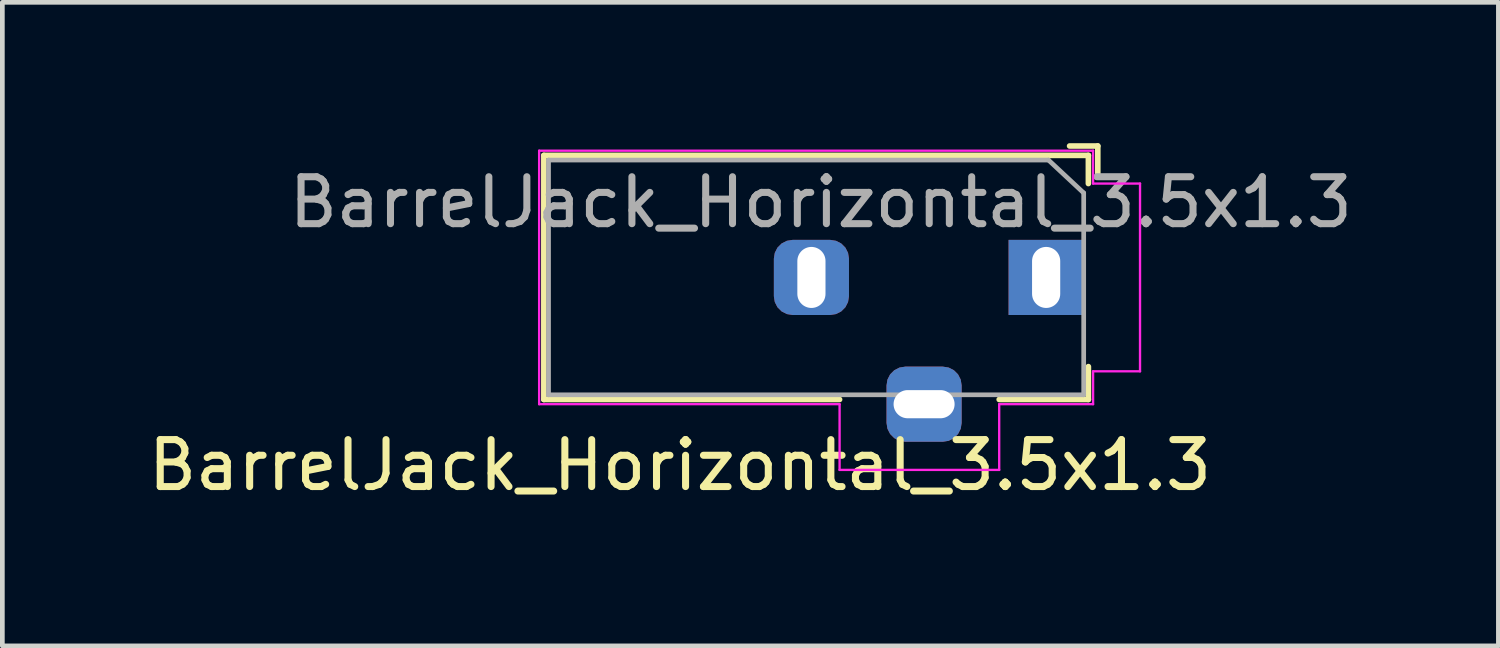
<source format=kicad_pcb>
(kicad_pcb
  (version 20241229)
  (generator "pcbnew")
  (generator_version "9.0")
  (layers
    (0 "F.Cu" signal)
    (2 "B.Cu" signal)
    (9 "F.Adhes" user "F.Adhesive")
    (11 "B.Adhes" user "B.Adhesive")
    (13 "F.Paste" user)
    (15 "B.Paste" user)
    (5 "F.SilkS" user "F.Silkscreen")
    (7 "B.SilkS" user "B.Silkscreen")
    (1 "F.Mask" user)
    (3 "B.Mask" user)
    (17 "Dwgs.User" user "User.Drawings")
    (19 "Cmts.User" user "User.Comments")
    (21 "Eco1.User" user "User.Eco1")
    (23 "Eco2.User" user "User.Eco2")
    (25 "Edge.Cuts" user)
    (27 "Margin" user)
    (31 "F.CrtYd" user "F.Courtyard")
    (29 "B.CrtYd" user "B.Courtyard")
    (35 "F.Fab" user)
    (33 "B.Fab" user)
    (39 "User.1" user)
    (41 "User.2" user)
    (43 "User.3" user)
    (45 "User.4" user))
  (footprint "BarrelJack_Horizontal_3.5x1.3"
    (layer "F.Cu")
    (at 19.235 2.86)
    (property "Reference" "BarrelJack_Horizontal_3.5x1.3" (at -7.8 4 0) (layer "F.SilkS") (effects (font (size 1 1) (thickness 0.15))))
    (attr through_hole)
    (fp_line (start -10.7 -2.6) (end 0.9 -2.6) (stroke (width 0.12) (type solid)) (layer "F.SilkS"))
    (fp_line (start -10.7 2.6) (end -10.7 -2.6) (stroke (width 0.12) (type solid)) (layer "F.SilkS"))
    (fp_line (start -4.4 2.6) (end -10.7 2.6) (stroke (width 0.12) (type solid)) (layer "F.SilkS"))
    (fp_line (start 0.5 -2.8) (end 1.1 -2.8) (stroke (width 0.12) (type solid)) (layer "F.SilkS"))
    (fp_line (start 0.9 -2.6) (end 0.9 -2) (stroke (width 0.12) (type solid)) (layer "F.SilkS"))
    (fp_line (start 0.9 1.9) (end 0.9 2.6) (stroke (width 0.12) (type solid)) (layer "F.SilkS"))
    (fp_line (start 0.9 2.6) (end -1 2.6) (stroke (width 0.12) (type solid)) (layer "F.SilkS"))
    (fp_line (start 1.1 -2.175) (end 1.1 -2.8) (stroke (width 0.12) (type solid)) (layer "F.SilkS"))
    (fp_line (start -10.8 2.7) (end -10.8 -2.7) (stroke (width 0.05) (type solid)) (layer "F.CrtYd"))
    (fp_line (start -4.4 2.7) (end -10.8 2.7) (stroke (width 0.05) (type solid)) (layer "F.CrtYd"))
    (fp_line (start -4.4 4.1) (end -4.4 2.7) (stroke (width 0.05) (type solid)) (layer "F.CrtYd"))
    (fp_line (start -1 2.7) (end -1 4.1) (stroke (width 0.05) (type solid)) (layer "F.CrtYd"))
    (fp_line (start -1 4.1) (end -4.4 4.1) (stroke (width 0.05) (type solid)) (layer "F.CrtYd"))
    (fp_line (start 1 -2.7) (end -10.8 -2.7) (stroke (width 0.05) (type solid)) (layer "F.CrtYd"))
    (fp_line (start 1 -2.7) (end 1 -2) (stroke (width 0.05) (type solid)) (layer "F.CrtYd"))
    (fp_line (start 1 -2) (end 2 -2) (stroke (width 0.05) (type solid)) (layer "F.CrtYd"))
    (fp_line (start 1 2) (end 1 2.7) (stroke (width 0.05) (type solid)) (layer "F.CrtYd"))
    (fp_line (start 1 2.7) (end -1 2.7) (stroke (width 0.05) (type solid)) (layer "F.CrtYd"))
    (fp_line (start 2 -2) (end 2 2) (stroke (width 0.05) (type solid)) (layer "F.CrtYd"))
    (fp_line (start 2 2) (end 1 2) (stroke (width 0.05) (type solid)) (layer "F.CrtYd"))
    (fp_line (start -10.6 -2.5) (end -10.6 2.5) (stroke (width 0.1) (type solid)) (layer "F.Fab"))
    (fp_line (start -10.6 2.5) (end 0.8 2.5) (stroke (width 0.1) (type solid)) (layer "F.Fab"))
    (fp_line (start 0.05 -2.5) (end -10.6 -2.5) (stroke (width 0.1) (type solid)) (layer "F.Fab"))
    (fp_line (start 0.05 -2.5) (end 0.8 -1.8) (stroke (width 0.1) (type solid)) (layer "F.Fab"))
    (fp_line (start 0.8 2.5) (end 0.8 -1.8) (stroke (width 0.1) (type solid)) (layer "F.Fab"))
    (fp_text user "${REFERENCE}" (at -4.8 -1.6 0) (layer "F.Fab") (effects (font (size 1 1) (thickness 0.15))))
    (pad "1" thru_hole rect (at 0 0) (size 1.6 1.6) (drill oval 0.6 1.3) (layers "*.Cu" "*.Mask"))
    (pad "2" thru_hole roundrect (at -5 0) (size 1.6 1.6) (drill oval 0.6 1.3) (layers "*.Cu" "*.Mask") (roundrect_rratio 0.25))
    (pad "3" thru_hole roundrect (at -2.6 2.7) (size 1.6 1.6) (drill oval 1.3 0.6) (layers "*.Cu" "*.Mask") (roundrect_rratio 0.25)))
  (gr_rect
    (start -3 -3)
    (end 28.869 10.708)
    (stroke (width 0.1) (type default))
    (fill no)
    (layer "Edge.Cuts")))
</source>
